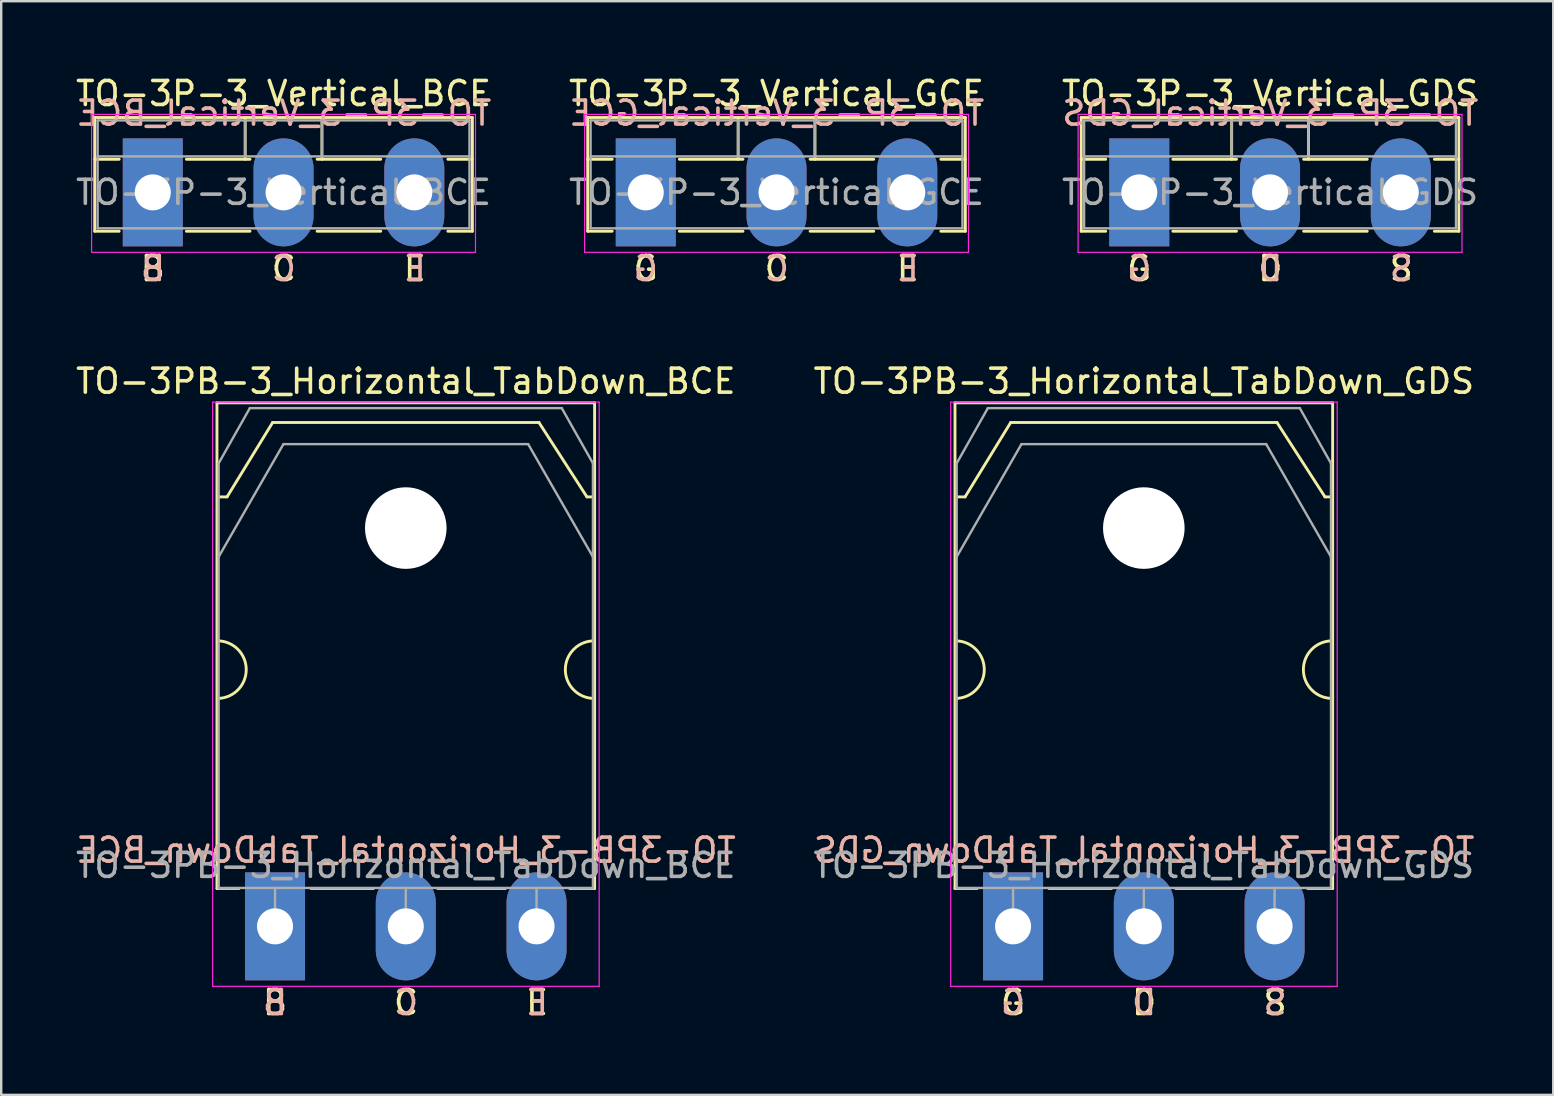
<source format=kicad_pcb>
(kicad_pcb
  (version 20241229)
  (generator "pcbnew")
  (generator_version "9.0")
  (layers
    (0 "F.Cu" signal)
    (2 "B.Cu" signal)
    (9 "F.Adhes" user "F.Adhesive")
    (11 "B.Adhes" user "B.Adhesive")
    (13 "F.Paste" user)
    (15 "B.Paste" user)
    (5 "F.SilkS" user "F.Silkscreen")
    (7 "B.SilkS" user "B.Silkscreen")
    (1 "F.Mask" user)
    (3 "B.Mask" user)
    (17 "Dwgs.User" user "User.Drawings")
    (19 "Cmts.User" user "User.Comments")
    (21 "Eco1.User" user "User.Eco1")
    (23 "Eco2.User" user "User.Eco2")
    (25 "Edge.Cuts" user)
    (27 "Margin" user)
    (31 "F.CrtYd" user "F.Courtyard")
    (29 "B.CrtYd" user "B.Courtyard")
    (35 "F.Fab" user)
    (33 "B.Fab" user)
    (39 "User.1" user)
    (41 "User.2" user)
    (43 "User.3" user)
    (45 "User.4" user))
  (footprint "TO-3PB-3_Horizontal_TabDown_GDS"
    (layer "F.Cu")
    (at 39.174 35.56)
    (property "Reference" "TO-3PB-3_Horizontal_TabDown_GDS" (at 5.45 -22.72 0) (layer "F.SilkS") (effects (font (size 1 1) (thickness 0.15))))
    (fp_line (start -2.42 -21.82) (end -2.42 -1.58) (stroke (width 0.12) (type solid)) (layer "F.SilkS"))
    (fp_line (start -2.42 -21.82) (end 13.32 -21.82) (stroke (width 0.12) (type solid)) (layer "F.SilkS"))
    (fp_line (start -2.42 -1.58) (end -1.5 -1.58) (stroke (width 0.12) (type solid)) (layer "F.SilkS"))
    (fp_line (start -2 -17.9) (end -2.4 -17.9) (stroke (width 0.12) (type solid)) (layer "F.SilkS"))
    (fp_line (start -2 -17.9) (end -0.1 -21) (stroke (width 0.12) (type solid)) (layer "F.SilkS"))
    (fp_line (start -0.1 -21) (end 11 -21) (stroke (width 0.12) (type solid)) (layer "F.SilkS"))
    (fp_line (start 1.5 -1.58) (end 4.1 -1.58) (stroke (width 0.12) (type solid)) (layer "F.SilkS"))
    (fp_line (start 6.78 -1.58) (end 9.6 -1.58) (stroke (width 0.12) (type solid)) (layer "F.SilkS"))
    (fp_line (start 11 -21) (end 13 -17.9) (stroke (width 0.12) (type solid)) (layer "F.SilkS"))
    (fp_line (start 12.28 -1.58) (end 13.32 -1.58) (stroke (width 0.12) (type solid)) (layer "F.SilkS"))
    (fp_line (start 13 -17.9) (end 13.3 -17.9) (stroke (width 0.12) (type solid)) (layer "F.SilkS"))
    (fp_line (start 13.32 -21.82) (end 13.32 -1.58) (stroke (width 0.12) (type solid)) (layer "F.SilkS"))
    (fp_arc (start -2.4 -11.9) (mid -1.2 -10.7) (end -2.4 -9.5) (stroke (width 0.12) (type solid)) (layer "F.SilkS"))
    (fp_arc (start 13.3 -9.5) (mid 12.1 -10.7) (end 13.3 -11.9) (stroke (width 0.12) (type solid)) (layer "F.SilkS"))
    (fp_line (start -2.6 -21.85) (end -2.6 2.5) (stroke (width 0.05) (type solid)) (layer "F.CrtYd"))
    (fp_line (start -2.6 2.5) (end 13.51 2.5) (stroke (width 0.05) (type solid)) (layer "F.CrtYd"))
    (fp_line (start 13.51 -21.85) (end -2.6 -21.85) (stroke (width 0.05) (type solid)) (layer "F.CrtYd"))
    (fp_line (start 13.51 2.5) (end 13.51 -21.85) (stroke (width 0.05) (type solid)) (layer "F.CrtYd"))
    (fp_line (start -2.35 -19.3) (end -1.05 -21.6) (stroke (width 0.1) (type solid)) (layer "F.Fab"))
    (fp_line (start -2.35 -15.401) (end -2.35 -19.3) (stroke (width 0.1) (type solid)) (layer "F.Fab"))
    (fp_line (start -2.35 -15.401) (end 0.351 -20.1) (stroke (width 0.1) (type solid)) (layer "F.Fab"))
    (fp_line (start -2.35 -1.6) (end -2.35 -15.401) (stroke (width 0.1) (type solid)) (layer "F.Fab"))
    (fp_line (start -1.05 -21.6) (end 11.95 -21.6) (stroke (width 0.1) (type solid)) (layer "F.Fab"))
    (fp_line (start 0 -1.6) (end 0 0) (stroke (width 0.1) (type solid)) (layer "F.Fab"))
    (fp_line (start 0.351 -20.1) (end 10.55 -20.1) (stroke (width 0.1) (type solid)) (layer "F.Fab"))
    (fp_line (start 5.45 -1.6) (end 5.45 0) (stroke (width 0.1) (type solid)) (layer "F.Fab"))
    (fp_line (start 10.55 -20.1) (end 13.25 -15.401) (stroke (width 0.1) (type solid)) (layer "F.Fab"))
    (fp_line (start 10.9 -1.6) (end 10.9 0) (stroke (width 0.1) (type solid)) (layer "F.Fab"))
    (fp_line (start 11.95 -21.6) (end 13.25 -19.3) (stroke (width 0.1) (type solid)) (layer "F.Fab"))
    (fp_line (start 13.25 -19.3) (end 13.25 -15.401) (stroke (width 0.1) (type solid)) (layer "F.Fab"))
    (fp_line (start 13.25 -15.401) (end 13.25 -1.6) (stroke (width 0.1) (type solid)) (layer "F.Fab"))
    (fp_line (start 13.25 -1.6) (end -2.35 -1.6) (stroke (width 0.1) (type solid)) (layer "F.Fab"))
    (fp_circle (center 5.45 -16.6) (end 7.05 -16.6) (stroke (width 0.1) (type solid)) (fill no) (layer "F.Fab"))
    (fp_text user "S" (at 10.922 3.175 0) (unlocked yes) (layer "F.SilkS") (effects (font (size 1 1) (thickness 0.15))))
    (fp_text user "D" (at 5.461 3.175 0) (unlocked yes) (layer "F.SilkS") (effects (font (size 1 1) (thickness 0.15))))
    (fp_text user "G" (at 0 3.175 0) (unlocked yes) (layer "F.SilkS") (effects (font (size 1 1) (thickness 0.15))))
    (fp_text user "G" (at 0 3.175 0) (unlocked yes) (layer "B.SilkS") (effects (font (size 1 1) (thickness 0.15)) (justify mirror)))
    (fp_text user "D" (at 5.461 3.175 0) (unlocked yes) (layer "B.SilkS") (effects (font (size 1 1) (thickness 0.15)) (justify mirror)))
    (fp_text user "S" (at 10.922 3.175 0) (unlocked yes) (layer "B.SilkS") (effects (font (size 1 1) (thickness 0.15)) (justify mirror)))
    (fp_text user "${REFERENCE}" (at 5.461 -3.175 0) (layer "B.SilkS") (effects (font (size 1 1) (thickness 0.15)) (justify mirror)))
    (fp_text user "${REFERENCE}" (at 5.45 -2.54 0) (layer "F.Fab") (effects (font (size 1 1) (thickness 0.15))))
    (pad "" np_thru_hole oval (at 5.45 -16.6) (size 3.4 3.4) (drill 3.4) (layers "*.Cu" "*.Mask"))
    (pad "1" thru_hole rect (at 0 0) (size 2.5 4.5) (drill 1.5) (layers "*.Cu" "*.Mask"))
    (pad "2" thru_hole oval (at 5.45 0) (size 2.5 4.5) (drill 1.5) (layers "*.Cu" "*.Mask"))
    (pad "3" thru_hole oval (at 10.9 0) (size 2.5 4.5) (drill 1.5) (layers "*.Cu" "*.Mask")))
  (footprint "TO-3P-3_Vertical_GDS"
    (layer "F.Cu")
    (at 44.435 4.968)
    (property "Reference" "TO-3P-3_Vertical_GDS" (at 5.45 -4.12 0) (layer "F.SilkS") (effects (font (size 1 1) (thickness 0.15))))
    (fp_line (start -2.42 -3.12) (end -2.42 1.62) (stroke (width 0.12) (type solid)) (layer "F.SilkS"))
    (fp_line (start -2.42 -3.12) (end 13.32 -3.12) (stroke (width 0.12) (type solid)) (layer "F.SilkS"))
    (fp_line (start -2.42 -1.38) (end -1.4 -1.38) (stroke (width 0.12) (type solid)) (layer "F.SilkS"))
    (fp_line (start -2.42 1.62) (end -1.4 1.62) (stroke (width 0.12) (type solid)) (layer "F.SilkS"))
    (fp_line (start 1.4 -1.38) (end 4.051 -1.38) (stroke (width 0.12) (type solid)) (layer "F.SilkS"))
    (fp_line (start 1.4 1.62) (end 4.051 1.62) (stroke (width 0.12) (type solid)) (layer "F.SilkS"))
    (fp_line (start 3.85 -3.12) (end 3.85 -1.38) (stroke (width 0.12) (type solid)) (layer "F.SilkS"))
    (fp_line (start 6.85 -1.38) (end 9.5 -1.38) (stroke (width 0.12) (type solid)) (layer "F.SilkS"))
    (fp_line (start 6.85 1.62) (end 9.5 1.62) (stroke (width 0.12) (type solid)) (layer "F.SilkS"))
    (fp_line (start 7.051 -3.12) (end 7.051 -1.38) (stroke (width 0.12) (type solid)) (layer "F.SilkS"))
    (fp_line (start 12.3 -1.38) (end 13.32 -1.38) (stroke (width 0.12) (type solid)) (layer "F.SilkS"))
    (fp_line (start 12.3 1.62) (end 13.32 1.62) (stroke (width 0.12) (type solid)) (layer "F.SilkS"))
    (fp_line (start 13.32 -3.12) (end 13.32 1.62) (stroke (width 0.12) (type solid)) (layer "F.SilkS"))
    (fp_line (start -2.55 -3.25) (end -2.55 2.5) (stroke (width 0.05) (type solid)) (layer "F.CrtYd"))
    (fp_line (start -2.55 2.5) (end 13.45 2.5) (stroke (width 0.05) (type solid)) (layer "F.CrtYd"))
    (fp_line (start 13.45 -3.25) (end -2.55 -3.25) (stroke (width 0.05) (type solid)) (layer "F.CrtYd"))
    (fp_line (start 13.45 2.5) (end 13.45 -3.25) (stroke (width 0.05) (type solid)) (layer "F.CrtYd"))
    (fp_line (start -2.3 -3) (end -2.3 1.5) (stroke (width 0.1) (type solid)) (layer "F.Fab"))
    (fp_line (start -2.3 -1.5) (end 13.2 -1.5) (stroke (width 0.1) (type solid)) (layer "F.Fab"))
    (fp_line (start -2.3 1.5) (end 13.2 1.5) (stroke (width 0.1) (type solid)) (layer "F.Fab"))
    (fp_line (start 3.85 -3) (end 3.85 -1.5) (stroke (width 0.1) (type solid)) (layer "F.Fab"))
    (fp_line (start 7.05 -3) (end 7.05 -1.5) (stroke (width 0.1) (type solid)) (layer "F.Fab"))
    (fp_line (start 13.2 -3) (end -2.3 -3) (stroke (width 0.1) (type solid)) (layer "F.Fab"))
    (fp_line (start 13.2 1.5) (end 13.2 -3) (stroke (width 0.1) (type solid)) (layer "F.Fab"))
    (fp_text user "S" (at 10.922 3.175 0) (unlocked yes) (layer "F.SilkS") (effects (font (size 1 1) (thickness 0.15))))
    (fp_text user "D" (at 5.461 3.175 0) (unlocked yes) (layer "F.SilkS") (effects (font (size 1 1) (thickness 0.15))))
    (fp_text user "G" (at 0 3.175 0) (unlocked yes) (layer "F.SilkS") (effects (font (size 1 1) (thickness 0.15))))
    (fp_text user "G" (at 0 3.175 0) (unlocked yes) (layer "B.SilkS") (effects (font (size 1 1) (thickness 0.15)) (justify mirror)))
    (fp_text user "S" (at 10.922 3.175 0) (unlocked yes) (layer "B.SilkS") (effects (font (size 1 1) (thickness 0.15)) (justify mirror)))
    (fp_text user "D" (at 5.461 3.175 0) (unlocked yes) (layer "B.SilkS") (effects (font (size 1 1) (thickness 0.15)) (justify mirror)))
    (fp_text user "${REFERENCE}" (at 5.461 -3.302 0) (layer "B.SilkS") (effects (font (size 1 1) (thickness 0.15)) (justify mirror)))
    (fp_text user "${REFERENCE}" (at 5.45 0 0) (layer "F.Fab") (effects (font (size 1 1) (thickness 0.15))))
    (pad "1" thru_hole rect (at 0 0) (size 2.5 4.5) (drill 1.5) (layers "*.Cu" "*.Mask"))
    (pad "2" thru_hole oval (at 5.45 0) (size 2.5 4.5) (drill 1.5) (layers "*.Cu" "*.Mask"))
    (pad "3" thru_hole oval (at 10.9 0) (size 2.5 4.5) (drill 1.5) (layers "*.Cu" "*.Mask")))
  (footprint "TO-3P-3_Vertical_GCE"
    (layer "F.Cu")
    (at 23.865 4.968)
    (property "Reference" "TO-3P-3_Vertical_GCE" (at 5.45 -4.12 0) (layer "F.SilkS") (effects (font (size 1 1) (thickness 0.15))))
    (fp_line (start -2.42 -3.12) (end -2.42 1.62) (stroke (width 0.12) (type solid)) (layer "F.SilkS"))
    (fp_line (start -2.42 -3.12) (end 13.32 -3.12) (stroke (width 0.12) (type solid)) (layer "F.SilkS"))
    (fp_line (start -2.42 -1.38) (end -1.4 -1.38) (stroke (width 0.12) (type solid)) (layer "F.SilkS"))
    (fp_line (start -2.42 1.62) (end -1.4 1.62) (stroke (width 0.12) (type solid)) (layer "F.SilkS"))
    (fp_line (start 1.4 -1.38) (end 4.051 -1.38) (stroke (width 0.12) (type solid)) (layer "F.SilkS"))
    (fp_line (start 1.4 1.62) (end 4.051 1.62) (stroke (width 0.12) (type solid)) (layer "F.SilkS"))
    (fp_line (start 3.85 -3.12) (end 3.85 -1.38) (stroke (width 0.12) (type solid)) (layer "F.SilkS"))
    (fp_line (start 6.85 -1.38) (end 9.5 -1.38) (stroke (width 0.12) (type solid)) (layer "F.SilkS"))
    (fp_line (start 6.85 1.62) (end 9.5 1.62) (stroke (width 0.12) (type solid)) (layer "F.SilkS"))
    (fp_line (start 7.051 -3.12) (end 7.051 -1.38) (stroke (width 0.12) (type solid)) (layer "F.SilkS"))
    (fp_line (start 12.3 -1.38) (end 13.32 -1.38) (stroke (width 0.12) (type solid)) (layer "F.SilkS"))
    (fp_line (start 12.3 1.62) (end 13.32 1.62) (stroke (width 0.12) (type solid)) (layer "F.SilkS"))
    (fp_line (start 13.32 -3.12) (end 13.32 1.62) (stroke (width 0.12) (type solid)) (layer "F.SilkS"))
    (fp_line (start -2.55 -3.25) (end -2.55 2.5) (stroke (width 0.05) (type solid)) (layer "F.CrtYd"))
    (fp_line (start -2.55 2.5) (end 13.45 2.5) (stroke (width 0.05) (type solid)) (layer "F.CrtYd"))
    (fp_line (start 13.45 -3.25) (end -2.55 -3.25) (stroke (width 0.05) (type solid)) (layer "F.CrtYd"))
    (fp_line (start 13.45 2.5) (end 13.45 -3.25) (stroke (width 0.05) (type solid)) (layer "F.CrtYd"))
    (fp_line (start -2.3 -3) (end -2.3 1.5) (stroke (width 0.1) (type solid)) (layer "F.Fab"))
    (fp_line (start -2.3 -1.5) (end 13.2 -1.5) (stroke (width 0.1) (type solid)) (layer "F.Fab"))
    (fp_line (start -2.3 1.5) (end 13.2 1.5) (stroke (width 0.1) (type solid)) (layer "F.Fab"))
    (fp_line (start 3.85 -3) (end 3.85 -1.5) (stroke (width 0.1) (type solid)) (layer "F.Fab"))
    (fp_line (start 7.05 -3) (end 7.05 -1.5) (stroke (width 0.1) (type solid)) (layer "F.Fab"))
    (fp_line (start 13.2 -3) (end -2.3 -3) (stroke (width 0.1) (type solid)) (layer "F.Fab"))
    (fp_line (start 13.2 1.5) (end 13.2 -3) (stroke (width 0.1) (type solid)) (layer "F.Fab"))
    (fp_text user "C" (at 5.461 3.175 0) (unlocked yes) (layer "F.SilkS") (effects (font (size 1 1) (thickness 0.15))))
    (fp_text user "E" (at 10.922 3.175 0) (unlocked yes) (layer "F.SilkS") (effects (font (size 1 1) (thickness 0.15))))
    (fp_text user "G" (at 0 3.175 0) (unlocked yes) (layer "F.SilkS") (effects (font (size 1 1) (thickness 0.15))))
    (fp_text user "G" (at 0 3.175 0) (unlocked yes) (layer "B.SilkS") (effects (font (size 1 1) (thickness 0.15)) (justify mirror)))
    (fp_text user "E" (at 10.922 3.175 0) (unlocked yes) (layer "B.SilkS") (effects (font (size 1 1) (thickness 0.15)) (justify mirror)))
    (fp_text user "${REFERENCE}" (at 5.461 -3.302 0) (layer "B.SilkS") (effects (font (size 1 1) (thickness 0.15)) (justify mirror)))
    (fp_text user "C" (at 5.461 3.175 0) (unlocked yes) (layer "B.SilkS") (effects (font (size 1 1) (thickness 0.15)) (justify mirror)))
    (fp_text user "${REFERENCE}" (at 5.45 0 0) (layer "F.Fab") (effects (font (size 1 1) (thickness 0.15))))
    (pad "1" thru_hole rect (at 0 0) (size 2.5 4.5) (drill 1.5) (layers "*.Cu" "*.Mask"))
    (pad "2" thru_hole oval (at 5.45 0) (size 2.5 4.5) (drill 1.5) (layers "*.Cu" "*.Mask"))
    (pad "3" thru_hole oval (at 10.9 0) (size 2.5 4.5) (drill 1.5) (layers "*.Cu" "*.Mask")))
  (footprint "TO-3PB-3_Horizontal_TabDown_BCE"
    (layer "F.Cu")
    (at 8.413 35.56)
    (property "Reference" "TO-3PB-3_Horizontal_TabDown_BCE" (at 5.45 -22.72 0) (layer "F.SilkS") (effects (font (size 1 1) (thickness 0.15))))
    (fp_line (start -2.42 -21.82) (end -2.42 -1.58) (stroke (width 0.12) (type solid)) (layer "F.SilkS"))
    (fp_line (start -2.42 -21.82) (end 13.32 -21.82) (stroke (width 0.12) (type solid)) (layer "F.SilkS"))
    (fp_line (start -2.42 -1.58) (end -1.5 -1.58) (stroke (width 0.12) (type solid)) (layer "F.SilkS"))
    (fp_line (start -2 -17.9) (end -2.4 -17.9) (stroke (width 0.12) (type solid)) (layer "F.SilkS"))
    (fp_line (start -2 -17.9) (end -0.1 -21) (stroke (width 0.12) (type solid)) (layer "F.SilkS"))
    (fp_line (start -0.1 -21) (end 11 -21) (stroke (width 0.12) (type solid)) (layer "F.SilkS"))
    (fp_line (start 1.5 -1.58) (end 4.1 -1.58) (stroke (width 0.12) (type solid)) (layer "F.SilkS"))
    (fp_line (start 6.78 -1.58) (end 9.6 -1.58) (stroke (width 0.12) (type solid)) (layer "F.SilkS"))
    (fp_line (start 11 -21) (end 13 -17.9) (stroke (width 0.12) (type solid)) (layer "F.SilkS"))
    (fp_line (start 12.28 -1.58) (end 13.32 -1.58) (stroke (width 0.12) (type solid)) (layer "F.SilkS"))
    (fp_line (start 13 -17.9) (end 13.3 -17.9) (stroke (width 0.12) (type solid)) (layer "F.SilkS"))
    (fp_line (start 13.32 -21.82) (end 13.32 -1.58) (stroke (width 0.12) (type solid)) (layer "F.SilkS"))
    (fp_arc (start -2.4 -11.9) (mid -1.2 -10.7) (end -2.4 -9.5) (stroke (width 0.12) (type solid)) (layer "F.SilkS"))
    (fp_arc (start 13.3 -9.5) (mid 12.1 -10.7) (end 13.3 -11.9) (stroke (width 0.12) (type solid)) (layer "F.SilkS"))
    (fp_line (start -2.6 -21.85) (end -2.6 2.5) (stroke (width 0.05) (type solid)) (layer "F.CrtYd"))
    (fp_line (start -2.6 2.5) (end 13.51 2.5) (stroke (width 0.05) (type solid)) (layer "F.CrtYd"))
    (fp_line (start 13.51 -21.85) (end -2.6 -21.85) (stroke (width 0.05) (type solid)) (layer "F.CrtYd"))
    (fp_line (start 13.51 2.5) (end 13.51 -21.85) (stroke (width 0.05) (type solid)) (layer "F.CrtYd"))
    (fp_line (start -2.35 -19.3) (end -1.05 -21.6) (stroke (width 0.1) (type solid)) (layer "F.Fab"))
    (fp_line (start -2.35 -15.401) (end -2.35 -19.3) (stroke (width 0.1) (type solid)) (layer "F.Fab"))
    (fp_line (start -2.35 -15.401) (end 0.351 -20.1) (stroke (width 0.1) (type solid)) (layer "F.Fab"))
    (fp_line (start -2.35 -1.6) (end -2.35 -15.401) (stroke (width 0.1) (type solid)) (layer "F.Fab"))
    (fp_line (start -1.05 -21.6) (end 11.95 -21.6) (stroke (width 0.1) (type solid)) (layer "F.Fab"))
    (fp_line (start 0 -1.6) (end 0 0) (stroke (width 0.1) (type solid)) (layer "F.Fab"))
    (fp_line (start 0.351 -20.1) (end 10.55 -20.1) (stroke (width 0.1) (type solid)) (layer "F.Fab"))
    (fp_line (start 5.45 -1.6) (end 5.45 0) (stroke (width 0.1) (type solid)) (layer "F.Fab"))
    (fp_line (start 10.55 -20.1) (end 13.25 -15.401) (stroke (width 0.1) (type solid)) (layer "F.Fab"))
    (fp_line (start 10.9 -1.6) (end 10.9 0) (stroke (width 0.1) (type solid)) (layer "F.Fab"))
    (fp_line (start 11.95 -21.6) (end 13.25 -19.3) (stroke (width 0.1) (type solid)) (layer "F.Fab"))
    (fp_line (start 13.25 -19.3) (end 13.25 -15.401) (stroke (width 0.1) (type solid)) (layer "F.Fab"))
    (fp_line (start 13.25 -15.401) (end 13.25 -1.6) (stroke (width 0.1) (type solid)) (layer "F.Fab"))
    (fp_line (start 13.25 -1.6) (end -2.35 -1.6) (stroke (width 0.1) (type solid)) (layer "F.Fab"))
    (fp_circle (center 5.45 -16.6) (end 7.05 -16.6) (stroke (width 0.1) (type solid)) (fill no) (layer "F.Fab"))
    (fp_text user "C" (at 5.461 3.175 0) (unlocked yes) (layer "F.SilkS") (effects (font (size 1 1) (thickness 0.15))))
    (fp_text user "E" (at 10.922 3.175 0) (unlocked yes) (layer "F.SilkS") (effects (font (size 1 1) (thickness 0.15))))
    (fp_text user "B" (at 0 3.175 0) (unlocked yes) (layer "F.SilkS") (effects (font (size 1 1) (thickness 0.15))))
    (fp_text user "B" (at 0 3.175 0) (unlocked yes) (layer "B.SilkS") (effects (font (size 1 1) (thickness 0.15)) (justify mirror)))
    (fp_text user "E" (at 10.922 3.175 0) (unlocked yes) (layer "B.SilkS") (effects (font (size 1 1) (thickness 0.15)) (justify mirror)))
    (fp_text user "${REFERENCE}" (at 5.461 -3.175 0) (layer "B.SilkS") (effects (font (size 1 1) (thickness 0.15)) (justify mirror)))
    (fp_text user "C" (at 5.461 3.175 0) (unlocked yes) (layer "B.SilkS") (effects (font (size 1 1) (thickness 0.15)) (justify mirror)))
    (fp_text user "${REFERENCE}" (at 5.45 -2.54 0) (layer "F.Fab") (effects (font (size 1 1) (thickness 0.15))))
    (pad "" np_thru_hole oval (at 5.45 -16.6) (size 3.4 3.4) (drill 3.4) (layers "*.Cu" "*.Mask"))
    (pad "1" thru_hole rect (at 0 0) (size 2.5 4.5) (drill 1.5) (layers "*.Cu" "*.Mask"))
    (pad "2" thru_hole oval (at 5.45 0) (size 2.5 4.5) (drill 1.5) (layers "*.Cu" "*.Mask"))
    (pad "3" thru_hole oval (at 10.9 0) (size 2.5 4.5) (drill 1.5) (layers "*.Cu" "*.Mask")))
  (footprint "TO-3P-3_Vertical_BCE"
    (layer "F.Cu")
    (at 3.318 4.968)
    (property "Reference" "TO-3P-3_Vertical_BCE" (at 5.45 -4.12 0) (layer "F.SilkS") (effects (font (size 1 1) (thickness 0.15))))
    (fp_line (start -2.42 -3.12) (end -2.42 1.62) (stroke (width 0.12) (type solid)) (layer "F.SilkS"))
    (fp_line (start -2.42 -3.12) (end 13.32 -3.12) (stroke (width 0.12) (type solid)) (layer "F.SilkS"))
    (fp_line (start -2.42 -1.38) (end -1.4 -1.38) (stroke (width 0.12) (type solid)) (layer "F.SilkS"))
    (fp_line (start -2.42 1.62) (end -1.4 1.62) (stroke (width 0.12) (type solid)) (layer "F.SilkS"))
    (fp_line (start 1.4 -1.38) (end 4.051 -1.38) (stroke (width 0.12) (type solid)) (layer "F.SilkS"))
    (fp_line (start 1.4 1.62) (end 4.051 1.62) (stroke (width 0.12) (type solid)) (layer "F.SilkS"))
    (fp_line (start 3.85 -3.12) (end 3.85 -1.38) (stroke (width 0.12) (type solid)) (layer "F.SilkS"))
    (fp_line (start 6.85 -1.38) (end 9.5 -1.38) (stroke (width 0.12) (type solid)) (layer "F.SilkS"))
    (fp_line (start 6.85 1.62) (end 9.5 1.62) (stroke (width 0.12) (type solid)) (layer "F.SilkS"))
    (fp_line (start 7.051 -3.12) (end 7.051 -1.38) (stroke (width 0.12) (type solid)) (layer "F.SilkS"))
    (fp_line (start 12.3 -1.38) (end 13.32 -1.38) (stroke (width 0.12) (type solid)) (layer "F.SilkS"))
    (fp_line (start 12.3 1.62) (end 13.32 1.62) (stroke (width 0.12) (type solid)) (layer "F.SilkS"))
    (fp_line (start 13.32 -3.12) (end 13.32 1.62) (stroke (width 0.12) (type solid)) (layer "F.SilkS"))
    (fp_line (start -2.55 -3.25) (end -2.55 2.5) (stroke (width 0.05) (type solid)) (layer "F.CrtYd"))
    (fp_line (start -2.55 2.5) (end 13.45 2.5) (stroke (width 0.05) (type solid)) (layer "F.CrtYd"))
    (fp_line (start 13.45 -3.25) (end -2.55 -3.25) (stroke (width 0.05) (type solid)) (layer "F.CrtYd"))
    (fp_line (start 13.45 2.5) (end 13.45 -3.25) (stroke (width 0.05) (type solid)) (layer "F.CrtYd"))
    (fp_line (start -2.3 -3) (end -2.3 1.5) (stroke (width 0.1) (type solid)) (layer "F.Fab"))
    (fp_line (start -2.3 -1.5) (end 13.2 -1.5) (stroke (width 0.1) (type solid)) (layer "F.Fab"))
    (fp_line (start -2.3 1.5) (end 13.2 1.5) (stroke (width 0.1) (type solid)) (layer "F.Fab"))
    (fp_line (start 3.85 -3) (end 3.85 -1.5) (stroke (width 0.1) (type solid)) (layer "F.Fab"))
    (fp_line (start 7.05 -3) (end 7.05 -1.5) (stroke (width 0.1) (type solid)) (layer "F.Fab"))
    (fp_line (start 13.2 -3) (end -2.3 -3) (stroke (width 0.1) (type solid)) (layer "F.Fab"))
    (fp_line (start 13.2 1.5) (end 13.2 -3) (stroke (width 0.1) (type solid)) (layer "F.Fab"))
    (fp_text user "B" (at 0 3.175 0) (unlocked yes) (layer "F.SilkS") (effects (font (size 1 1) (thickness 0.15))))
    (fp_text user "E" (at 10.922 3.175 0) (unlocked yes) (layer "F.SilkS") (effects (font (size 1 1) (thickness 0.15))))
    (fp_text user "C" (at 5.461 3.175 0) (unlocked yes) (layer "F.SilkS") (effects (font (size 1 1) (thickness 0.15))))
    (fp_text user "E" (at 10.922 3.175 0) (unlocked yes) (layer "B.SilkS") (effects (font (size 1 1) (thickness 0.15)) (justify mirror)))
    (fp_text user "B" (at 0.007 3.171 0) (unlocked yes) (layer "B.SilkS") (effects (font (size 1 1) (thickness 0.15)) (justify mirror)))
    (fp_text user "C" (at 5.461 3.175 0) (unlocked yes) (layer "B.SilkS") (effects (font (size 1 1) (thickness 0.15)) (justify mirror)))
    (fp_text user "${REFERENCE}" (at 5.461 -3.302 0) (layer "B.SilkS") (effects (font (size 1 1) (thickness 0.15)) (justify mirror)))
    (fp_text user "${REFERENCE}" (at 5.45 0 0) (layer "F.Fab") (effects (font (size 1 1) (thickness 0.15))))
    (pad "1" thru_hole rect (at 0 0) (size 2.5 4.5) (drill 1.5) (layers "*.Cu" "*.Mask"))
    (pad "2" thru_hole oval (at 5.45 0) (size 2.5 4.5) (drill 1.5) (layers "*.Cu" "*.Mask"))
    (pad "3" thru_hole oval (at 10.9 0) (size 2.5 4.5) (drill 1.5) (layers "*.Cu" "*.Mask")))
  (gr_rect
    (start -3 -3)
    (end 61.688 42.583)
    (stroke (width 0.1) (type default))
    (fill no)
    (layer "Edge.Cuts")))
</source>
